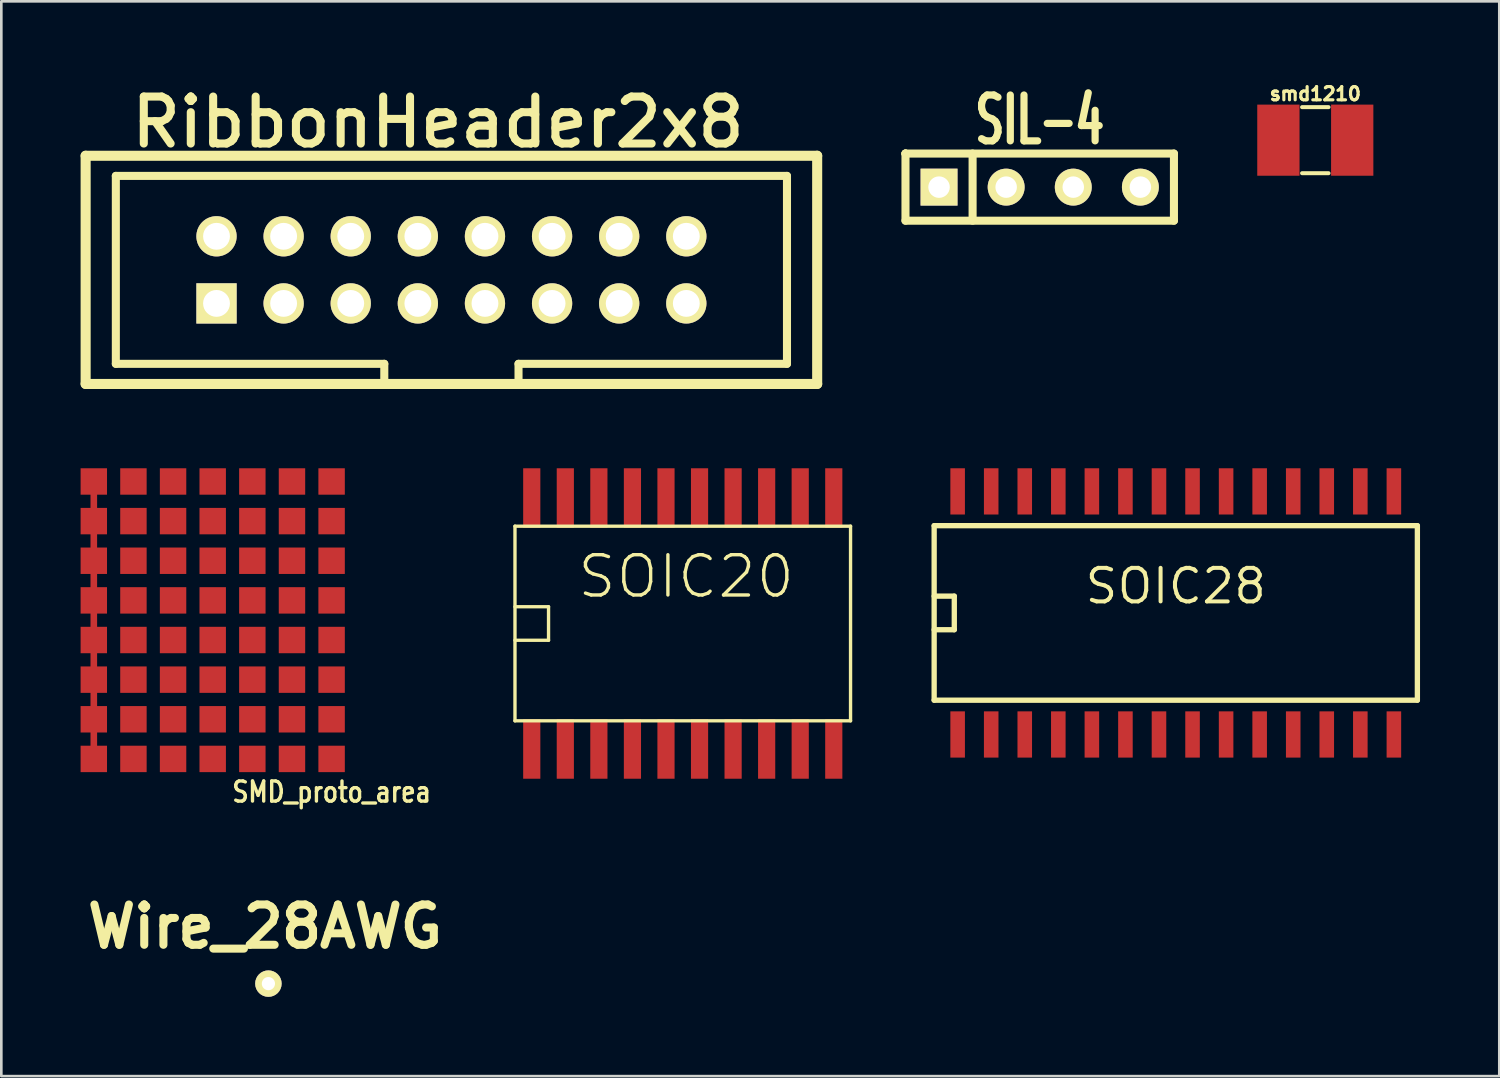
<source format=kicad_pcb>
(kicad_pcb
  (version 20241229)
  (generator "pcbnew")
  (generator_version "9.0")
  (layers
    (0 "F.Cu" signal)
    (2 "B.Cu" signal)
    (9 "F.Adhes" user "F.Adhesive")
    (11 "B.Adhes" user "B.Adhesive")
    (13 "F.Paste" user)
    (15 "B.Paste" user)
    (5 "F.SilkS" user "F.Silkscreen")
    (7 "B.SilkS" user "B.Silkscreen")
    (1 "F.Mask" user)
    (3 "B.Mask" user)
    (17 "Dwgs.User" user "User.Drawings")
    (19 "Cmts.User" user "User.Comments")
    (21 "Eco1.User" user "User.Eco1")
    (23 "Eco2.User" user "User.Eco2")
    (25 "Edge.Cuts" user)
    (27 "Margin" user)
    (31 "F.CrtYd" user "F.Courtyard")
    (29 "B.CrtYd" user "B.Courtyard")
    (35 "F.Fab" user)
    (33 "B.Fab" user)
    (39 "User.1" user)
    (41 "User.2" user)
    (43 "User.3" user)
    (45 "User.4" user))
  (footprint "RibbonHeader2x8"
    (layer "F.Cu")
    (at 14.034 7.163)
    (property "Reference" "RibbonHeader2x8" (at -0.508 -5.588 0) (layer "F.SilkS") (effects (font (size 1.778 1.778) (thickness 0.305))))
    (attr through_hole)
    (fp_line (start -13.843 -4.318) (end 13.843 -4.318) (stroke (width 0.381) (type solid)) (layer "F.SilkS"))
    (fp_line (start -13.843 4.318) (end -13.843 -4.318) (stroke (width 0.381) (type solid)) (layer "F.SilkS"))
    (fp_line (start -12.7 -3.556) (end 12.7 -3.556) (stroke (width 0.305) (type solid)) (layer "F.SilkS"))
    (fp_line (start -12.7 3.556) (end -12.7 -3.556) (stroke (width 0.305) (type solid)) (layer "F.SilkS"))
    (fp_line (start -2.54 3.556) (end -12.7 3.556) (stroke (width 0.305) (type solid)) (layer "F.SilkS"))
    (fp_line (start -2.54 4.318) (end -2.54 3.556) (stroke (width 0.305) (type solid)) (layer "F.SilkS"))
    (fp_line (start 2.54 3.556) (end 2.54 4.318) (stroke (width 0.305) (type solid)) (layer "F.SilkS"))
    (fp_line (start 12.7 -3.556) (end 12.7 3.556) (stroke (width 0.305) (type solid)) (layer "F.SilkS"))
    (fp_line (start 12.7 3.556) (end 2.54 3.556) (stroke (width 0.305) (type solid)) (layer "F.SilkS"))
    (fp_line (start 13.843 -4.318) (end 13.843 4.318) (stroke (width 0.381) (type solid)) (layer "F.SilkS"))
    (fp_line (start 13.843 4.318) (end -13.843 4.318) (stroke (width 0.381) (type solid)) (layer "F.SilkS"))
    (pad "1" thru_hole rect (at -8.89 1.27) (size 1.524 1.524) (drill 1.016) (layers "*.Cu" "*.Mask" "F.SilkS"))
    (pad "2" thru_hole circle (at -8.89 -1.27) (size 1.524 1.524) (drill 1.016) (layers "*.Cu" "*.Mask" "F.SilkS"))
    (pad "3" thru_hole circle (at -6.35 1.27) (size 1.524 1.524) (drill 1.016) (layers "*.Cu" "*.Mask" "F.SilkS"))
    (pad "4" thru_hole circle (at -6.35 -1.27) (size 1.524 1.524) (drill 1.016) (layers "*.Cu" "*.Mask" "F.SilkS"))
    (pad "5" thru_hole circle (at -3.81 1.27) (size 1.524 1.524) (drill 1.016) (layers "*.Cu" "*.Mask" "F.SilkS"))
    (pad "6" thru_hole circle (at -3.81 -1.27) (size 1.524 1.524) (drill 1.016) (layers "*.Cu" "*.Mask" "F.SilkS"))
    (pad "7" thru_hole circle (at -1.27 1.27) (size 1.524 1.524) (drill 1.016) (layers "*.Cu" "*.Mask" "F.SilkS"))
    (pad "8" thru_hole circle (at -1.27 -1.27) (size 1.524 1.524) (drill 1.016) (layers "*.Cu" "*.Mask" "F.SilkS"))
    (pad "9" thru_hole circle (at 1.27 1.27) (size 1.524 1.524) (drill 1.016) (layers "*.Cu" "*.Mask" "F.SilkS"))
    (pad "10" thru_hole circle (at 1.27 -1.27) (size 1.524 1.524) (drill 1.016) (layers "*.Cu" "*.Mask" "F.SilkS"))
    (pad "11" thru_hole circle (at 3.81 1.27) (size 1.524 1.524) (drill 1.016) (layers "*.Cu" "*.Mask" "F.SilkS"))
    (pad "12" thru_hole circle (at 3.81 -1.27) (size 1.524 1.524) (drill 1.016) (layers "*.Cu" "*.Mask" "F.SilkS"))
    (pad "13" thru_hole circle (at 6.35 1.27) (size 1.524 1.524) (drill 1.016) (layers "*.Cu" "*.Mask" "F.SilkS"))
    (pad "14" thru_hole circle (at 6.35 -1.27) (size 1.524 1.524) (drill 1.016) (layers "*.Cu" "*.Mask" "F.SilkS"))
    (pad "15" thru_hole circle (at 8.89 1.27) (size 1.524 1.524) (drill 1.016) (layers "*.Cu" "*.Mask" "F.SilkS"))
    (pad "16" thru_hole circle (at 8.89 -1.27) (size 1.524 1.524) (drill 1.016) (layers "*.Cu" "*.Mask" "F.SilkS")))
  (footprint "Wire_28AWG"
    (layer "F.Cu")
    (at 7.108 34.176)
    (property "Reference" "Wire_28AWG" (at -0.127 -2.159 0) (layer "F.SilkS") (effects (font (size 1.524 1.524) (thickness 0.305))))
    (attr through_hole)
    (pad "1" thru_hole circle (at 0 0) (size 1.001 1.001) (drill 0.5) (layers "*.Cu" "*.Mask" "F.SilkS")))
  (footprint "SIL-4"
    (layer "F.Cu")
    (at 36.299 4.032)
    (property "Reference" "SIL-4" (at 0 -2.54 0) (layer "F.SilkS") (effects (font (size 1.735 1.087) (thickness 0.305))))
    (attr through_hole)
    (fp_line (start -5.08 -1.27) (end -5.08 -1.27) (stroke (width 0.305) (type solid)) (layer "F.SilkS"))
    (fp_line (start -5.08 -1.27) (end -5.08 -1.27) (stroke (width 0.305) (type solid)) (layer "F.SilkS"))
    (fp_line (start -5.08 -1.27) (end 5.08 -1.27) (stroke (width 0.305) (type solid)) (layer "F.SilkS"))
    (fp_line (start -5.08 1.27) (end -5.08 -1.27) (stroke (width 0.305) (type solid)) (layer "F.SilkS"))
    (fp_line (start -2.54 1.27) (end -2.54 -1.27) (stroke (width 0.305) (type solid)) (layer "F.SilkS"))
    (fp_line (start 5.08 -1.27) (end 5.08 1.27) (stroke (width 0.305) (type solid)) (layer "F.SilkS"))
    (fp_line (start 5.08 1.27) (end -5.08 1.27) (stroke (width 0.305) (type solid)) (layer "F.SilkS"))
    (pad "1" thru_hole rect (at -3.81 0) (size 1.397 1.397) (drill 0.813) (layers "*.Cu" "*.Mask" "F.SilkS"))
    (pad "2" thru_hole circle (at -1.27 0) (size 1.397 1.397) (drill 0.813) (layers "*.Cu" "*.Mask" "F.SilkS"))
    (pad "3" thru_hole circle (at 1.27 0) (size 1.397 1.397) (drill 0.813) (layers "*.Cu" "*.Mask" "F.SilkS"))
    (pad "4" thru_hole circle (at 3.81 0) (size 1.397 1.397) (drill 0.813) (layers "*.Cu" "*.Mask" "F.SilkS")))
  (footprint "SOIC28"
    (layer "F.Cu")
    (at 41.448 20.147)
    (property "Reference" "SOIC28" (at 0 -1.016 0) (layer "F.SilkS") (effects (font (size 1.27 1.27) (thickness 0.152))))
    (attr smd)
    (fp_line (start -9.144 -3.302) (end -9.144 3.302) (stroke (width 0.201) (type solid)) (layer "F.SilkS"))
    (fp_line (start -9.144 -3.302) (end 9.144 -3.302) (stroke (width 0.201) (type solid)) (layer "F.SilkS"))
    (fp_line (start -9.144 0.635) (end -8.382 0.635) (stroke (width 0.201) (type solid)) (layer "F.SilkS"))
    (fp_line (start -9.144 3.302) (end 9.144 3.302) (stroke (width 0.201) (type solid)) (layer "F.SilkS"))
    (fp_line (start -8.382 -0.635) (end -9.144 -0.635) (stroke (width 0.201) (type solid)) (layer "F.SilkS"))
    (fp_line (start -8.382 0.635) (end -8.382 -0.635) (stroke (width 0.201) (type solid)) (layer "F.SilkS"))
    (fp_line (start 9.144 -3.302) (end 9.144 3.302) (stroke (width 0.201) (type solid)) (layer "F.SilkS"))
    (pad "1" smd rect (at -8.255 4.6) (size 0.551 1.75) (layers "F.Cu" "F.Mask" "F.Paste"))
    (pad "2" smd rect (at -6.985 4.6) (size 0.551 1.75) (layers "F.Cu" "F.Mask" "F.Paste"))
    (pad "3" smd rect (at -5.715 4.6) (size 0.551 1.75) (layers "F.Cu" "F.Mask" "F.Paste"))
    (pad "4" smd rect (at -4.445 4.6) (size 0.551 1.75) (layers "F.Cu" "F.Mask" "F.Paste"))
    (pad "5" smd rect (at -3.175 4.6) (size 0.551 1.75) (layers "F.Cu" "F.Mask" "F.Paste"))
    (pad "6" smd rect (at -1.905 4.6) (size 0.551 1.75) (layers "F.Cu" "F.Mask" "F.Paste"))
    (pad "7" smd rect (at -0.635 4.6) (size 0.551 1.75) (layers "F.Cu" "F.Mask" "F.Paste"))
    (pad "8" smd rect (at 0.635 4.6) (size 0.551 1.75) (layers "F.Cu" "F.Mask" "F.Paste"))
    (pad "9" smd rect (at 1.905 4.6) (size 0.551 1.75) (layers "F.Cu" "F.Mask" "F.Paste"))
    (pad "10" smd rect (at 3.175 4.6) (size 0.551 1.75) (layers "F.Cu" "F.Mask" "F.Paste"))
    (pad "11" smd rect (at 4.445 4.6) (size 0.551 1.75) (layers "F.Cu" "F.Mask" "F.Paste"))
    (pad "12" smd rect (at 5.715 4.6) (size 0.551 1.75) (layers "F.Cu" "F.Mask" "F.Paste"))
    (pad "13" smd rect (at 6.985 4.6) (size 0.551 1.75) (layers "F.Cu" "F.Mask" "F.Paste"))
    (pad "14" smd rect (at 8.255 4.6) (size 0.551 1.75) (layers "F.Cu" "F.Mask" "F.Paste"))
    (pad "15" smd rect (at 8.255 -4.6) (size 0.551 1.75) (layers "F.Cu" "F.Mask" "F.Paste"))
    (pad "16" smd rect (at 6.985 -4.6) (size 0.551 1.75) (layers "F.Cu" "F.Mask" "F.Paste"))
    (pad "17" smd rect (at 5.715 -4.6) (size 0.551 1.75) (layers "F.Cu" "F.Mask" "F.Paste"))
    (pad "18" smd rect (at 4.445 -4.6) (size 0.551 1.75) (layers "F.Cu" "F.Mask" "F.Paste"))
    (pad "19" smd rect (at 3.175 -4.6) (size 0.551 1.75) (layers "F.Cu" "F.Mask" "F.Paste"))
    (pad "20" smd rect (at 1.905 -4.6) (size 0.551 1.75) (layers "F.Cu" "F.Mask" "F.Paste"))
    (pad "21" smd rect (at 0.635 -4.6) (size 0.551 1.75) (layers "F.Cu" "F.Mask" "F.Paste"))
    (pad "22" smd rect (at -0.635 -4.6) (size 0.551 1.75) (layers "F.Cu" "F.Mask" "F.Paste"))
    (pad "23" smd rect (at -1.905 -4.6) (size 0.551 1.75) (layers "F.Cu" "F.Mask" "F.Paste"))
    (pad "24" smd rect (at -3.175 -4.6) (size 0.551 1.75) (layers "F.Cu" "F.Mask" "F.Paste"))
    (pad "25" smd rect (at -4.445 -4.6) (size 0.551 1.75) (layers "F.Cu" "F.Mask" "F.Paste"))
    (pad "26" smd rect (at -5.715 -4.6) (size 0.551 1.75) (layers "F.Cu" "F.Mask" "F.Paste"))
    (pad "27" smd rect (at -6.985 -4.6) (size 0.551 1.75) (layers "F.Cu" "F.Mask" "F.Paste"))
    (pad "28" smd rect (at -8.255 -4.6) (size 0.551 1.75) (layers "F.Cu" "F.Mask" "F.Paste")))
  (footprint "SOIC20"
    (layer "F.Cu")
    (at 22.79 20.547)
    (property "Reference" "SOIC20" (at 0.127 -1.778 0) (layer "F.SilkS") (effects (font (size 1.524 1.524) (thickness 0.127))))
    (attr smd)
    (fp_line (start -6.35 -3.683) (end -6.35 3.683) (stroke (width 0.127) (type solid)) (layer "F.SilkS"))
    (fp_line (start -6.35 -3.683) (end 6.35 -3.683) (stroke (width 0.127) (type solid)) (layer "F.SilkS"))
    (fp_line (start -6.35 -0.635) (end -5.08 -0.635) (stroke (width 0.127) (type solid)) (layer "F.SilkS"))
    (fp_line (start -5.08 -0.635) (end -5.08 0.635) (stroke (width 0.127) (type solid)) (layer "F.SilkS"))
    (fp_line (start -5.08 0.635) (end -6.35 0.635) (stroke (width 0.127) (type solid)) (layer "F.SilkS"))
    (fp_line (start 6.35 3.683) (end -6.35 3.683) (stroke (width 0.127) (type solid)) (layer "F.SilkS"))
    (fp_line (start 6.35 3.683) (end 6.35 -3.683) (stroke (width 0.127) (type solid)) (layer "F.SilkS"))
    (pad "1" smd rect (at -5.715 4.75) (size 0.65 2.25) (layers "F.Cu" "F.Mask" "F.Paste"))
    (pad "2" smd rect (at -4.445 4.75) (size 0.65 2.25) (layers "F.Cu" "F.Mask" "F.Paste"))
    (pad "3" smd rect (at -3.175 4.75) (size 0.65 2.25) (layers "F.Cu" "F.Mask" "F.Paste"))
    (pad "4" smd rect (at -1.905 4.75) (size 0.65 2.25) (layers "F.Cu" "F.Mask" "F.Paste"))
    (pad "5" smd rect (at -0.635 4.75) (size 0.65 2.25) (layers "F.Cu" "F.Mask" "F.Paste"))
    (pad "6" smd rect (at 0.635 4.75) (size 0.65 2.25) (layers "F.Cu" "F.Mask" "F.Paste"))
    (pad "7" smd rect (at 1.905 4.75) (size 0.65 2.25) (layers "F.Cu" "F.Mask" "F.Paste"))
    (pad "8" smd rect (at 3.175 4.75) (size 0.65 2.25) (layers "F.Cu" "F.Mask" "F.Paste"))
    (pad "9" smd rect (at 4.445 4.75) (size 0.65 2.25) (layers "F.Cu" "F.Mask" "F.Paste"))
    (pad "10" smd rect (at 5.715 4.75) (size 0.65 2.25) (layers "F.Cu" "F.Mask" "F.Paste"))
    (pad "11" smd rect (at 5.715 -4.75) (size 0.65 2.25) (layers "F.Cu" "F.Mask" "F.Paste"))
    (pad "12" smd rect (at 4.445 -4.75) (size 0.65 2.25) (layers "F.Cu" "F.Mask" "F.Paste"))
    (pad "13" smd rect (at 3.175 -4.75) (size 0.65 2.25) (layers "F.Cu" "F.Mask" "F.Paste"))
    (pad "14" smd rect (at 1.905 -4.75) (size 0.65 2.25) (layers "F.Cu" "F.Mask" "F.Paste"))
    (pad "15" smd rect (at 0.635 -4.75) (size 0.65 2.25) (layers "F.Cu" "F.Mask" "F.Paste"))
    (pad "16" smd rect (at -0.635 -4.75) (size 0.65 2.25) (layers "F.Cu" "F.Mask" "F.Paste"))
    (pad "17" smd rect (at -1.905 -4.75) (size 0.65 2.25) (layers "F.Cu" "F.Mask" "F.Paste"))
    (pad "18" smd rect (at -3.175 -4.75) (size 0.65 2.25) (layers "F.Cu" "F.Mask" "F.Paste"))
    (pad "19" smd rect (at -4.445 -4.75) (size 0.65 2.25) (layers "F.Cu" "F.Mask" "F.Paste"))
    (pad "20" smd rect (at -5.715 -4.75) (size 0.65 2.25) (layers "F.Cu" "F.Mask" "F.Paste")))
  (footprint "smd1210"
    (layer "F.Cu")
    (at 46.729 2.255)
    (property "Reference" "smd1210" (at 0 -1.753 0) (layer "F.SilkS") (effects (font (size 0.5 0.5) (thickness 0.119))))
    (attr through_hole)
    (fp_line (start -0.5 -1.25) (end 0.5 -1.25) (stroke (width 0.152) (type solid)) (layer "F.SilkS"))
    (fp_line (start -0.5 1.25) (end 0.5 1.25) (stroke (width 0.152) (type solid)) (layer "F.SilkS"))
    (pad "1" smd rect (at 1.397 0) (size 1.6 2.692) (layers "F.Cu" "F.Mask" "F.Paste"))
    (pad "2" smd rect (at -1.397 0) (size 1.6 2.692) (layers "F.Cu" "F.Mask" "F.Paste")))
  (footprint "SMD_proto_area"
    (layer "F.Cu")
    (at 5 20.422)
    (property "Reference" "SMD_proto_area" (at 4.5 6.5 180) (layer "F.SilkS") (effects (font (size 0.762 0.635) (thickness 0.127))))
    (attr smd)
    (fp_line (start -4.5 -5.25) (end -4.5 5.25) (stroke (width 0.25) (type solid)) (layer "F.Cu"))
    (pad "0" smd rect (at -4.5 -3.75) (size 1 1) (layers "F.Cu" "F.Mask" "F.Paste"))
    (pad "0" smd rect (at -4.5 -2.25) (size 1 1) (layers "F.Cu" "F.Mask" "F.Paste"))
    (pad "0" smd rect (at -4.5 -0.75) (size 1 1) (layers "F.Cu" "F.Mask" "F.Paste"))
    (pad "0" smd rect (at -4.5 0.75) (size 1 1) (layers "F.Cu" "F.Mask" "F.Paste"))
    (pad "0" smd rect (at -4.5 2.25) (size 1 1) (layers "F.Cu" "F.Mask" "F.Paste"))
    (pad "0" smd rect (at -4.5 3.75) (size 1 1) (layers "F.Cu" "F.Mask" "F.Paste"))
    (pad "0" smd rect (at -4.5 5.25) (size 1 1) (layers "F.Cu" "F.Mask" "F.Paste"))
    (pad "0" smd rect (at -3 -5.25) (size 1 1) (layers "F.Cu" "F.Mask" "F.Paste"))
    (pad "0" smd rect (at -3 -3.75) (size 1 1) (layers "F.Cu" "F.Mask" "F.Paste"))
    (pad "0" smd rect (at -3 -2.25) (size 1 1) (layers "F.Cu" "F.Mask" "F.Paste"))
    (pad "0" smd rect (at -3 -0.75) (size 1 1) (layers "F.Cu" "F.Mask" "F.Paste"))
    (pad "0" smd rect (at -3 0.75) (size 1 1) (layers "F.Cu" "F.Mask" "F.Paste"))
    (pad "0" smd rect (at -3 2.25) (size 1 1) (layers "F.Cu" "F.Mask" "F.Paste"))
    (pad "0" smd rect (at -3 3.75) (size 1 1) (layers "F.Cu" "F.Mask" "F.Paste"))
    (pad "0" smd rect (at -3 5.25) (size 1 1) (layers "F.Cu" "F.Mask" "F.Paste"))
    (pad "0" smd rect (at -1.5 -5.25) (size 1 1) (layers "F.Cu" "F.Mask" "F.Paste"))
    (pad "0" smd rect (at -1.5 -3.75) (size 1 1) (layers "F.Cu" "F.Mask" "F.Paste"))
    (pad "0" smd rect (at -1.5 -2.25) (size 1 1) (layers "F.Cu" "F.Mask" "F.Paste"))
    (pad "0" smd rect (at -1.5 -0.75) (size 1 1) (layers "F.Cu" "F.Mask" "F.Paste"))
    (pad "0" smd rect (at -1.5 0.75) (size 1 1) (layers "F.Cu" "F.Mask" "F.Paste"))
    (pad "0" smd rect (at -1.5 2.25) (size 1 1) (layers "F.Cu" "F.Mask" "F.Paste"))
    (pad "0" smd rect (at -1.5 3.75) (size 1 1) (layers "F.Cu" "F.Mask" "F.Paste"))
    (pad "0" smd rect (at -1.5 5.25) (size 1 1) (layers "F.Cu" "F.Mask" "F.Paste"))
    (pad "0" smd rect (at 0 -5.25) (size 1 1) (layers "F.Cu" "F.Mask" "F.Paste"))
    (pad "0" smd rect (at 0 -3.75) (size 1 1) (layers "F.Cu" "F.Mask" "F.Paste"))
    (pad "0" smd rect (at 0 -2.25) (size 1 1) (layers "F.Cu" "F.Mask" "F.Paste"))
    (pad "0" smd rect (at 0 -0.75) (size 1 1) (layers "F.Cu" "F.Mask" "F.Paste"))
    (pad "0" smd rect (at 0 0.75) (size 1 1) (layers "F.Cu" "F.Mask" "F.Paste"))
    (pad "0" smd rect (at 0 2.25) (size 1 1) (layers "F.Cu" "F.Mask" "F.Paste"))
    (pad "0" smd rect (at 0 3.75) (size 1 1) (layers "F.Cu" "F.Mask" "F.Paste"))
    (pad "0" smd rect (at 0 5.25) (size 1 1) (layers "F.Cu" "F.Mask" "F.Paste"))
    (pad "0" smd rect (at 1.5 -5.25) (size 1 1) (layers "F.Cu" "F.Mask" "F.Paste"))
    (pad "0" smd rect (at 1.5 -3.75) (size 1 1) (layers "F.Cu" "F.Mask" "F.Paste"))
    (pad "0" smd rect (at 1.5 -2.25) (size 1 1) (layers "F.Cu" "F.Mask" "F.Paste"))
    (pad "0" smd rect (at 1.5 -0.75) (size 1 1) (layers "F.Cu" "F.Mask" "F.Paste"))
    (pad "0" smd rect (at 1.5 0.75) (size 1 1) (layers "F.Cu" "F.Mask" "F.Paste"))
    (pad "0" smd rect (at 1.5 2.25) (size 1 1) (layers "F.Cu" "F.Mask" "F.Paste"))
    (pad "0" smd rect (at 1.5 3.75) (size 1 1) (layers "F.Cu" "F.Mask" "F.Paste"))
    (pad "0" smd rect (at 1.5 5.25) (size 1 1) (layers "F.Cu" "F.Mask" "F.Paste"))
    (pad "0" smd rect (at 3 -5.25) (size 1 1) (layers "F.Cu" "F.Mask" "F.Paste"))
    (pad "0" smd rect (at 3 -3.75) (size 1 1) (layers "F.Cu" "F.Mask" "F.Paste"))
    (pad "0" smd rect (at 3 -2.25) (size 1 1) (layers "F.Cu" "F.Mask" "F.Paste"))
    (pad "0" smd rect (at 3 -0.75) (size 1 1) (layers "F.Cu" "F.Mask" "F.Paste"))
    (pad "0" smd rect (at 3 0.75) (size 1 1) (layers "F.Cu" "F.Mask" "F.Paste"))
    (pad "0" smd rect (at 3 2.25) (size 1 1) (layers "F.Cu" "F.Mask" "F.Paste"))
    (pad "0" smd rect (at 3 3.75) (size 1 1) (layers "F.Cu" "F.Mask" "F.Paste"))
    (pad "0" smd rect (at 3 5.25) (size 1 1) (layers "F.Cu" "F.Mask" "F.Paste"))
    (pad "0" smd rect (at 4.5 -5.25) (size 1 1) (layers "F.Cu" "F.Mask" "F.Paste"))
    (pad "0" smd rect (at 4.5 -3.75) (size 1 1) (layers "F.Cu" "F.Mask" "F.Paste"))
    (pad "0" smd rect (at 4.5 -2.25) (size 1 1) (layers "F.Cu" "F.Mask" "F.Paste"))
    (pad "0" smd rect (at 4.5 -0.75) (size 1 1) (layers "F.Cu" "F.Mask" "F.Paste"))
    (pad "0" smd rect (at 4.5 0.75) (size 1 1) (layers "F.Cu" "F.Mask" "F.Paste"))
    (pad "0" smd rect (at 4.5 2.25) (size 1 1) (layers "F.Cu" "F.Mask" "F.Paste"))
    (pad "0" smd rect (at 4.5 3.75) (size 1 1) (layers "F.Cu" "F.Mask" "F.Paste"))
    (pad "0" smd rect (at 4.5 5.25) (size 1 1) (layers "F.Cu" "F.Mask" "F.Paste"))
    (pad "1" smd rect (at -4.5 -5.25) (size 1 1) (layers "F.Cu" "F.Mask" "F.Paste")))
  (gr_rect
    (start -3 -3)
    (end 53.692 37.676)
    (stroke (width 0.1) (type default))
    (fill no)
    (layer "Edge.Cuts")))
</source>
